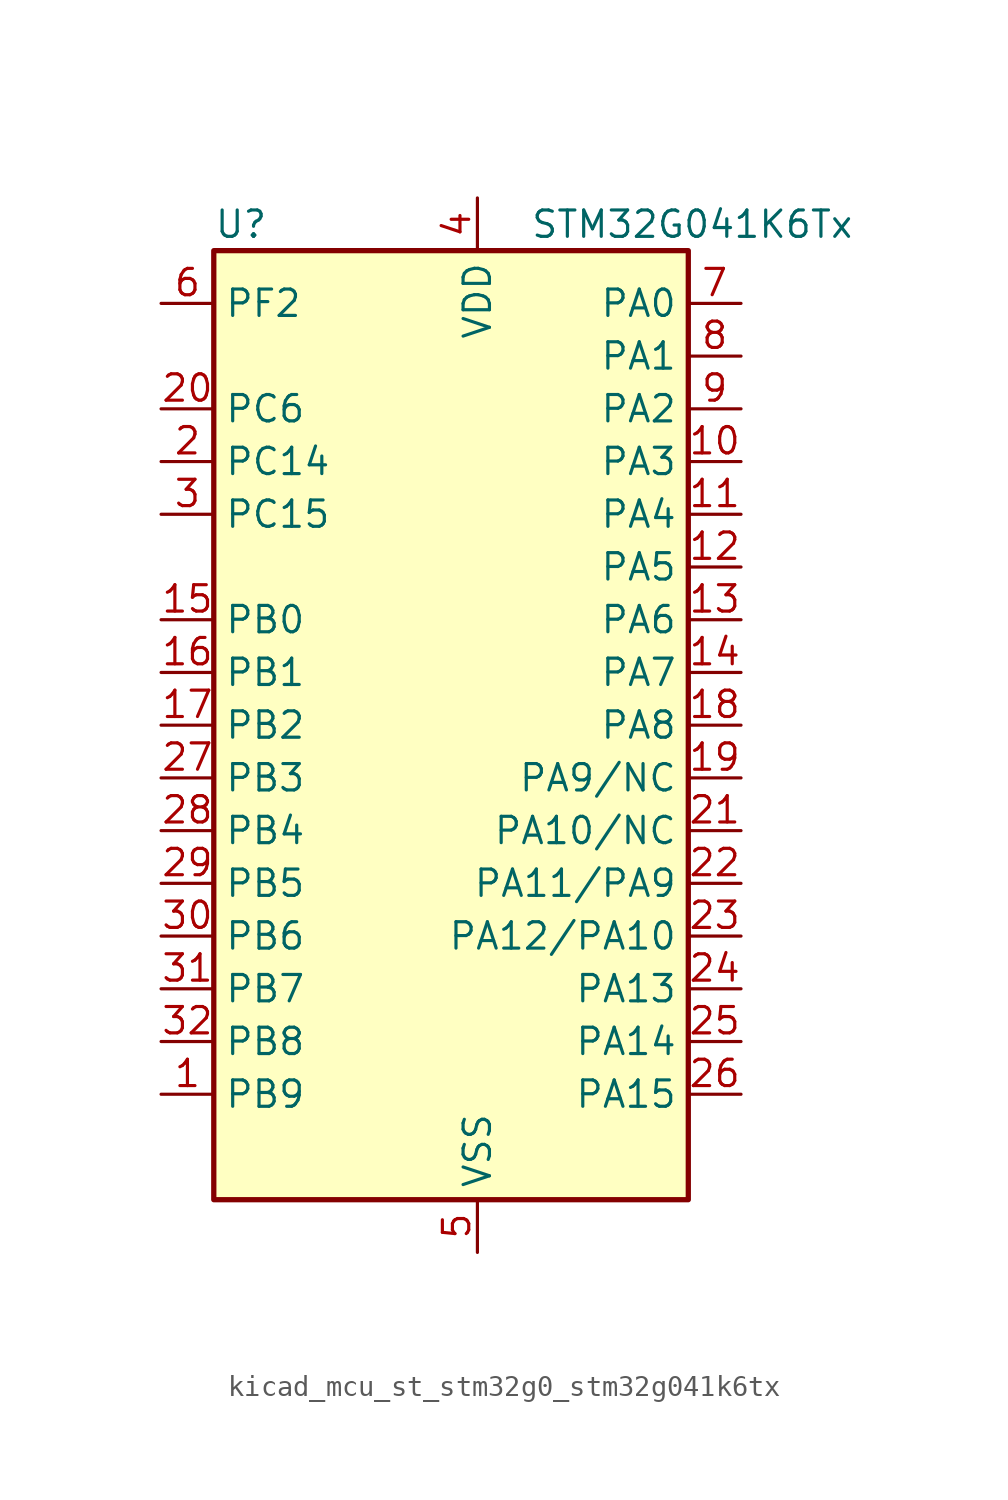
<source format=kicad_sym>
(kicad_symbol_lib
  (version 20220914)
  (generator kicad_symbol_editor)
  (symbol "kicad_mcu_st_stm32g0_stm32g041k6tx"
    (property "Reference" "U"
      (at -10.16 24.13 0)
      (effects (font (size 1.27 1.27)) (justify left)))
    (property "Value" "STM32G041K6Tx"
      (at 5.08 24.13 0)
      (effects (font (size 1.27 1.27)) (justify left)))
    (property "ki_locked" ""
      (at 0 0 0)
      (effects (font (size 1.27 1.27))))
    (symbol "kicad_mcu_st_stm32g0_stm32g041k6tx_0_1"
      (rectangle (start -10.16 -22.86) (end 12.7 22.86) (stroke (width 0.254) (type default)) (fill (type background))))
    (symbol "kicad_mcu_st_stm32g0_stm32g041k6tx_1_1"
      (pin bidirectional line (at -12.7 -17.78 0) (length 2.54) (name "PB9" (effects (font (size 1.27 1.27)))) (number "1" (effects (font (size 1.27 1.27)))) (alternate "I2C1_SDA" bidirectional line) (alternate "IR_OUT" bidirectional line) (alternate "SPI2_NSS" bidirectional line) (alternate "TIM17_CH1" bidirectional line))
      (pin bidirectional line (at 15.24 12.7 180) (length 2.54) (name "PA3" (effects (font (size 1.27 1.27)))) (number "10" (effects (font (size 1.27 1.27)))) (alternate "ADC1_IN3" bidirectional line) (alternate "LPUART1_RX" bidirectional line) (alternate "SPI2_MISO" bidirectional line) (alternate "TIM2_CH4" bidirectional line) (alternate "USART2_RX" bidirectional line))
      (pin bidirectional line (at 15.24 10.16 180) (length 2.54) (name "PA4" (effects (font (size 1.27 1.27)))) (number "11" (effects (font (size 1.27 1.27)))) (alternate "ADC1_IN4" bidirectional line) (alternate "I2S1_WS" bidirectional line) (alternate "LPTIM2_OUT" bidirectional line) (alternate "RTC_OUT_ALARM" bidirectional line) (alternate "RTC_OUT_CALIB" bidirectional line) (alternate "RTC_TAMP_IN1" bidirectional line) (alternate "RTC_TS" bidirectional line) (alternate "SPI1_NSS" bidirectional line) (alternate "SPI2_MOSI" bidirectional line) (alternate "SYS_WKUP2" bidirectional line) (alternate "TIM14_CH1" bidirectional line))
      (pin bidirectional line (at 15.24 7.62 180) (length 2.54) (name "PA5" (effects (font (size 1.27 1.27)))) (number "12" (effects (font (size 1.27 1.27)))) (alternate "ADC1_IN5" bidirectional line) (alternate "I2S1_CK" bidirectional line) (alternate "LPTIM2_ETR" bidirectional line) (alternate "SPI1_SCK" bidirectional line) (alternate "TIM2_CH1" bidirectional line) (alternate "TIM2_ETR" bidirectional line))
      (pin bidirectional line (at 15.24 5.08 180) (length 2.54) (name "PA6" (effects (font (size 1.27 1.27)))) (number "13" (effects (font (size 1.27 1.27)))) (alternate "ADC1_IN6" bidirectional line) (alternate "I2S1_MCK" bidirectional line) (alternate "LPUART1_CTS" bidirectional line) (alternate "SPI1_MISO" bidirectional line) (alternate "TIM16_CH1" bidirectional line) (alternate "TIM1_BK" bidirectional line) (alternate "TIM3_CH1" bidirectional line))
      (pin bidirectional line (at 15.24 2.54 180) (length 2.54) (name "PA7" (effects (font (size 1.27 1.27)))) (number "14" (effects (font (size 1.27 1.27)))) (alternate "ADC1_IN7" bidirectional line) (alternate "I2S1_SD" bidirectional line) (alternate "SPI1_MOSI" bidirectional line) (alternate "TIM14_CH1" bidirectional line) (alternate "TIM17_CH1" bidirectional line) (alternate "TIM1_CH1N" bidirectional line) (alternate "TIM3_CH2" bidirectional line))
      (pin bidirectional line (at -12.7 5.08 0) (length 2.54) (name "PB0" (effects (font (size 1.27 1.27)))) (number "15" (effects (font (size 1.27 1.27)))) (alternate "ADC1_IN8" bidirectional line) (alternate "I2S1_WS" bidirectional line) (alternate "LPTIM1_OUT" bidirectional line) (alternate "SPI1_NSS" bidirectional line) (alternate "TIM1_CH2N" bidirectional line) (alternate "TIM3_CH3" bidirectional line))
      (pin bidirectional line (at -12.7 2.54 0) (length 2.54) (name "PB1" (effects (font (size 1.27 1.27)))) (number "16" (effects (font (size 1.27 1.27)))) (alternate "ADC1_IN9" bidirectional line) (alternate "LPTIM2_IN1" bidirectional line) (alternate "LPUART1_DE" bidirectional line) (alternate "LPUART1_RTS" bidirectional line) (alternate "TIM14_CH1" bidirectional line) (alternate "TIM1_CH3N" bidirectional line) (alternate "TIM3_CH4" bidirectional line))
      (pin bidirectional line (at -12.7 0 0) (length 2.54) (name "PB2" (effects (font (size 1.27 1.27)))) (number "17" (effects (font (size 1.27 1.27)))) (alternate "ADC1_IN10" bidirectional line) (alternate "LPTIM1_OUT" bidirectional line) (alternate "SPI2_MISO" bidirectional line))
      (pin bidirectional line (at 15.24 0 180) (length 2.54) (name "PA8" (effects (font (size 1.27 1.27)))) (number "18" (effects (font (size 1.27 1.27)))) (alternate "LPTIM2_OUT" bidirectional line) (alternate "RCC_MCO" bidirectional line) (alternate "SPI2_NSS" bidirectional line) (alternate "TIM1_CH1" bidirectional line))
      (pin bidirectional line (at 15.24 -2.54 180) (length 2.54) (name "PA9/NC" (effects (font (size 1.27 1.27)))) (number "19" (effects (font (size 1.27 1.27)))) (alternate "I2C1_SCL" bidirectional line) (alternate "RCC_MCO" bidirectional line) (alternate "SPI2_MISO" bidirectional line) (alternate "TIM1_CH2" bidirectional line) (alternate "USART1_TX" bidirectional line))
      (pin bidirectional line (at -12.7 12.7 0) (length 2.54) (name "PC14" (effects (font (size 1.27 1.27)))) (number "2" (effects (font (size 1.27 1.27)))) (alternate "RCC_OSC32_IN" bidirectional line) (alternate "RCC_OSC_IN" bidirectional line) (alternate "TIM1_BK2" bidirectional line))
      (pin bidirectional line (at -12.7 15.24 0) (length 2.54) (name "PC6" (effects (font (size 1.27 1.27)))) (number "20" (effects (font (size 1.27 1.27)))) (alternate "TIM2_CH3" bidirectional line) (alternate "TIM3_CH1" bidirectional line))
      (pin bidirectional line (at 15.24 -5.08 180) (length 2.54) (name "PA10/NC" (effects (font (size 1.27 1.27)))) (number "21" (effects (font (size 1.27 1.27)))) (alternate "I2C1_SDA" bidirectional line) (alternate "SPI2_MOSI" bidirectional line) (alternate "TIM17_BK" bidirectional line) (alternate "TIM1_CH3" bidirectional line) (alternate "USART1_RX" bidirectional line))
      (pin bidirectional line (at 15.24 -7.62 180) (length 2.54) (name "PA11/PA9" (effects (font (size 1.27 1.27)))) (number "22" (effects (font (size 1.27 1.27)))) (alternate "ADC1_EXTI11" bidirectional line) (alternate "ADC1_IN15" bidirectional line) (alternate "I2C2_SCL" bidirectional line) (alternate "I2S1_MCK" bidirectional line) (alternate "SPI1_MISO" bidirectional line) (alternate "TIM1_BK2" bidirectional line) (alternate "TIM1_CH4" bidirectional line) (alternate "USART1_CTS" bidirectional line) (alternate "USART1_NSS" bidirectional line))
      (pin bidirectional line (at 15.24 -10.16 180) (length 2.54) (name "PA12/PA10" (effects (font (size 1.27 1.27)))) (number "23" (effects (font (size 1.27 1.27)))) (alternate "ADC1_IN16" bidirectional line) (alternate "I2C2_SDA" bidirectional line) (alternate "I2S1_SD" bidirectional line) (alternate "I2S_CKIN" bidirectional line) (alternate "SPI1_MOSI" bidirectional line) (alternate "TIM1_ETR" bidirectional line) (alternate "USART1_CK" bidirectional line) (alternate "USART1_DE" bidirectional line) (alternate "USART1_RTS" bidirectional line))
      (pin bidirectional line (at 15.24 -12.7 180) (length 2.54) (name "PA13" (effects (font (size 1.27 1.27)))) (number "24" (effects (font (size 1.27 1.27)))) (alternate "ADC1_IN17" bidirectional line) (alternate "IR_OUT" bidirectional line) (alternate "SYS_SWDIO" bidirectional line))
      (pin bidirectional line (at 15.24 -15.24 180) (length 2.54) (name "PA14" (effects (font (size 1.27 1.27)))) (number "25" (effects (font (size 1.27 1.27)))) (alternate "ADC1_IN18" bidirectional line) (alternate "SYS_SWCLK" bidirectional line) (alternate "USART2_TX" bidirectional line))
      (pin bidirectional line (at 15.24 -17.78 180) (length 2.54) (name "PA15" (effects (font (size 1.27 1.27)))) (number "26" (effects (font (size 1.27 1.27)))) (alternate "I2S1_WS" bidirectional line) (alternate "SPI1_NSS" bidirectional line) (alternate "TIM2_CH1" bidirectional line) (alternate "TIM2_ETR" bidirectional line) (alternate "USART2_RX" bidirectional line))
      (pin bidirectional line (at -12.7 -2.54 0) (length 2.54) (name "PB3" (effects (font (size 1.27 1.27)))) (number "27" (effects (font (size 1.27 1.27)))) (alternate "I2S1_CK" bidirectional line) (alternate "SPI1_SCK" bidirectional line) (alternate "TIM1_CH2" bidirectional line) (alternate "TIM2_CH2" bidirectional line) (alternate "USART1_CK" bidirectional line) (alternate "USART1_DE" bidirectional line) (alternate "USART1_RTS" bidirectional line))
      (pin bidirectional line (at -12.7 -5.08 0) (length 2.54) (name "PB4" (effects (font (size 1.27 1.27)))) (number "28" (effects (font (size 1.27 1.27)))) (alternate "I2S1_MCK" bidirectional line) (alternate "SPI1_MISO" bidirectional line) (alternate "TIM17_BK" bidirectional line) (alternate "TIM3_CH1" bidirectional line) (alternate "USART1_CTS" bidirectional line) (alternate "USART1_NSS" bidirectional line))
      (pin bidirectional line (at -12.7 -7.62 0) (length 2.54) (name "PB5" (effects (font (size 1.27 1.27)))) (number "29" (effects (font (size 1.27 1.27)))) (alternate "I2C1_SMBA" bidirectional line) (alternate "I2S1_SD" bidirectional line) (alternate "LPTIM1_IN1" bidirectional line) (alternate "SPI1_MOSI" bidirectional line) (alternate "SYS_WKUP6" bidirectional line) (alternate "TIM16_BK" bidirectional line) (alternate "TIM3_CH2" bidirectional line))
      (pin bidirectional line (at -12.7 10.16 0) (length 2.54) (name "PC15" (effects (font (size 1.27 1.27)))) (number "3" (effects (font (size 1.27 1.27)))) (alternate "RCC_OSC32_EN" bidirectional line) (alternate "RCC_OSC32_OUT" bidirectional line) (alternate "RCC_OSC_EN" bidirectional line))
      (pin bidirectional line (at -12.7 -10.16 0) (length 2.54) (name "PB6" (effects (font (size 1.27 1.27)))) (number "30" (effects (font (size 1.27 1.27)))) (alternate "I2C1_SCL" bidirectional line) (alternate "LPTIM1_ETR" bidirectional line) (alternate "SPI2_MISO" bidirectional line) (alternate "TIM16_CH1N" bidirectional line) (alternate "TIM1_CH3" bidirectional line) (alternate "USART1_TX" bidirectional line))
      (pin bidirectional line (at -12.7 -12.7 0) (length 2.54) (name "PB7" (effects (font (size 1.27 1.27)))) (number "31" (effects (font (size 1.27 1.27)))) (alternate "ADC1_IN11" bidirectional line) (alternate "I2C1_SDA" bidirectional line) (alternate "LPTIM1_IN2" bidirectional line) (alternate "SPI2_MOSI" bidirectional line) (alternate "SYS_PVD_IN" bidirectional line) (alternate "TIM17_CH1N" bidirectional line) (alternate "USART1_RX" bidirectional line))
      (pin bidirectional line (at -12.7 -15.24 0) (length 2.54) (name "PB8" (effects (font (size 1.27 1.27)))) (number "32" (effects (font (size 1.27 1.27)))) (alternate "I2C1_SCL" bidirectional line) (alternate "SPI2_SCK" bidirectional line) (alternate "TIM16_CH1" bidirectional line))
      (pin power_in line (at 2.54 25.4 270) (length 2.54) (name "VDD" (effects (font (size 1.27 1.27)))) (number "4" (effects (font (size 1.27 1.27)))))
      (pin power_in line (at 2.54 -25.4 90) (length 2.54) (name "VSS" (effects (font (size 1.27 1.27)))) (number "5" (effects (font (size 1.27 1.27)))))
      (pin bidirectional line (at -12.7 20.32 0) (length 2.54) (name "PF2" (effects (font (size 1.27 1.27)))) (number "6" (effects (font (size 1.27 1.27)))) (alternate "RCC_MCO" bidirectional line))
      (pin bidirectional line (at 15.24 20.32 180) (length 2.54) (name "PA0" (effects (font (size 1.27 1.27)))) (number "7" (effects (font (size 1.27 1.27)))) (alternate "ADC1_IN0" bidirectional line) (alternate "LPTIM1_OUT" bidirectional line) (alternate "RTC_TAMP_IN2" bidirectional line) (alternate "SPI2_SCK" bidirectional line) (alternate "SYS_WKUP1" bidirectional line) (alternate "TIM2_CH1" bidirectional line) (alternate "TIM2_ETR" bidirectional line) (alternate "USART2_CTS" bidirectional line) (alternate "USART2_NSS" bidirectional line))
      (pin bidirectional line (at 15.24 17.78 180) (length 2.54) (name "PA1" (effects (font (size 1.27 1.27)))) (number "8" (effects (font (size 1.27 1.27)))) (alternate "ADC1_IN1" bidirectional line) (alternate "I2C1_SMBA" bidirectional line) (alternate "I2S1_CK" bidirectional line) (alternate "SPI1_SCK" bidirectional line) (alternate "TIM2_CH2" bidirectional line) (alternate "USART2_CK" bidirectional line) (alternate "USART2_DE" bidirectional line) (alternate "USART2_RTS" bidirectional line))
      (pin bidirectional line (at 15.24 15.24 180) (length 2.54) (name "PA2" (effects (font (size 1.27 1.27)))) (number "9" (effects (font (size 1.27 1.27)))) (alternate "ADC1_IN2" bidirectional line) (alternate "I2S1_SD" bidirectional line) (alternate "LPUART1_TX" bidirectional line) (alternate "RCC_LSCO" bidirectional line) (alternate "SPI1_MOSI" bidirectional line) (alternate "SYS_WKUP4" bidirectional line) (alternate "TIM2_CH3" bidirectional line) (alternate "USART2_TX" bidirectional line)))))
</source>
